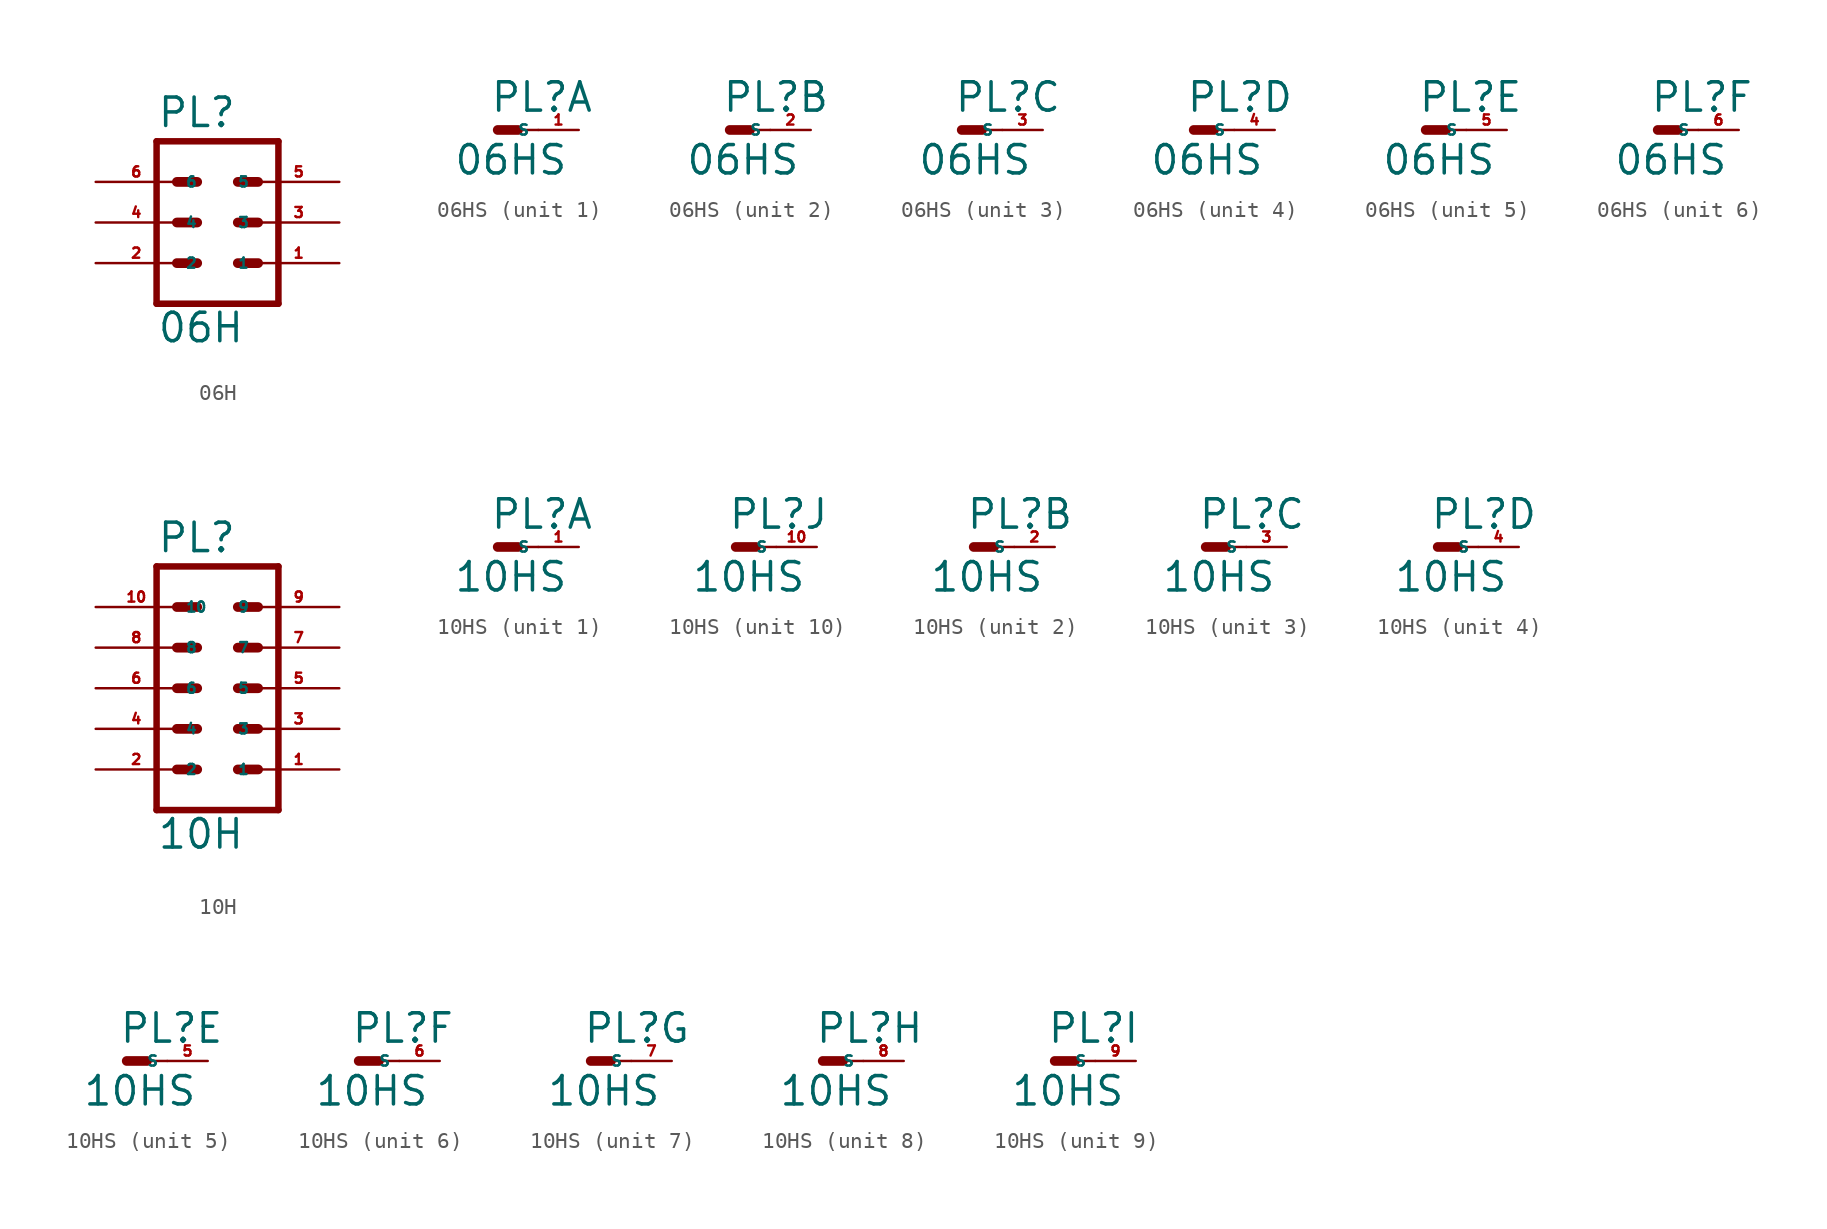
<source format=kicad_sym>
(kicad_symbol_lib
  (version 20220914)
  (generator Eagle2Kicad)
  (symbol "06H"
    (property "Reference" "PL"
      (at -3.81 5.842 0)
      (effects (font (size 1.778 1.778) (thickness 0.22)) (justify left bottom)))
    (property "Value" "06H"
      (at -3.81 -7.62 0)
      (effects (font (size 1.778 1.778) (thickness 0.22)) (justify left bottom)))
    (polyline
      (pts (xy 3.81 -5.08) (xy -3.81 -5.08))
      (stroke (width 0.406) (type default))
      (fill (type none)))
    (polyline
      (pts (xy -3.81 5.08) (xy -3.81 -5.08))
      (stroke (width 0.406) (type default))
      (fill (type none)))
    (polyline
      (pts (xy 3.81 -5.08) (xy 3.81 5.08))
      (stroke (width 0.406) (type default))
      (fill (type none)))
    (polyline
      (pts (xy -3.81 5.08) (xy 3.81 5.08))
      (stroke (width 0.406) (type default))
      (fill (type none)))
    (polyline
      (pts (xy 1.27 2.54) (xy 2.54 2.54))
      (stroke (width 0.61) (type default))
      (fill (type none)))
    (polyline
      (pts (xy 1.27 0) (xy 2.54 0))
      (stroke (width 0.61) (type default))
      (fill (type none)))
    (polyline
      (pts (xy 1.27 -2.54) (xy 2.54 -2.54))
      (stroke (width 0.61) (type default))
      (fill (type none)))
    (polyline
      (pts (xy -2.54 2.54) (xy -1.27 2.54))
      (stroke (width 0.61) (type default))
      (fill (type none)))
    (polyline
      (pts (xy -2.54 0) (xy -1.27 0))
      (stroke (width 0.61) (type default))
      (fill (type none)))
    (polyline
      (pts (xy -2.54 -2.54) (xy -1.27 -2.54))
      (stroke (width 0.61) (type default))
      (fill (type none)))
    (pin passive line
      (at 7.62 -2.54 180)
      (length 5.08)
      (name "1" (effects (font (size 0.635 0.635) (thickness 0.08)) (justify left bottom)))
      (number "1" (effects (font (size 0.635 0.635) (thickness 0.08)) (justify left bottom))))
    (pin passive line
      (at 7.62 0 180)
      (length 5.08)
      (name "3" (effects (font (size 0.635 0.635) (thickness 0.08)) (justify left bottom)))
      (number "3" (effects (font (size 0.635 0.635) (thickness 0.08)) (justify left bottom))))
    (pin passive line
      (at 7.62 2.54 180)
      (length 5.08)
      (name "5" (effects (font (size 0.635 0.635) (thickness 0.08)) (justify left bottom)))
      (number "5" (effects (font (size 0.635 0.635) (thickness 0.08)) (justify left bottom))))
    (pin passive line
      (at -7.62 -2.54 0)
      (length 5.08)
      (name "2" (effects (font (size 0.635 0.635) (thickness 0.08)) (justify left bottom)))
      (number "2" (effects (font (size 0.635 0.635) (thickness 0.08)) (justify left bottom))))
    (pin passive line
      (at -7.62 0 0)
      (length 5.08)
      (name "4" (effects (font (size 0.635 0.635) (thickness 0.08)) (justify left bottom)))
      (number "4" (effects (font (size 0.635 0.635) (thickness 0.08)) (justify left bottom))))
    (pin passive line
      (at -7.62 2.54 0)
      (length 5.08)
      (name "6" (effects (font (size 0.635 0.635) (thickness 0.08)) (justify left bottom)))
      (number "6" (effects (font (size 0.635 0.635) (thickness 0.08)) (justify left bottom)))))
  (symbol "06HS"
    (property "Reference" "PL"
      (at -0.508 1.016 0)
      (effects (font (size 1.778 1.778) (thickness 0.22)) (justify left bottom)))
    (property "Value" "06HS"
      (at -2.794 -2.921 0)
      (effects (font (size 1.778 1.778) (thickness 0.22)) (justify left bottom)))
    (symbol "06HS_1_0"
      (polyline (pts (xy 0 0) (xy 1.27 0)) (stroke (width 0.61) (type default)) (fill (type none)))
      (polyline (pts (xy 2.54 0) (xy 1.27 0)) (stroke (width 0.152) (type default)) (fill (type none)))
      (pin passive line (at 5.08 0 180) (length 2.54) (name "S" (effects (font (size 0.635 0.635) (thickness 0.08)) (justify left bottom))) (number "1" (effects (font (size 0.635 0.635) (thickness 0.08)) (justify left bottom)))))
    (symbol "06HS_2_0"
      (polyline (pts (xy 0 0) (xy 1.27 0)) (stroke (width 0.61) (type default)) (fill (type none)))
      (polyline (pts (xy 2.54 0) (xy 1.27 0)) (stroke (width 0.152) (type default)) (fill (type none)))
      (pin passive line (at 5.08 0 180) (length 2.54) (name "S" (effects (font (size 0.635 0.635) (thickness 0.08)) (justify left bottom))) (number "2" (effects (font (size 0.635 0.635) (thickness 0.08)) (justify left bottom)))))
    (symbol "06HS_3_0"
      (polyline (pts (xy 0 0) (xy 1.27 0)) (stroke (width 0.61) (type default)) (fill (type none)))
      (polyline (pts (xy 2.54 0) (xy 1.27 0)) (stroke (width 0.152) (type default)) (fill (type none)))
      (pin passive line (at 5.08 0 180) (length 2.54) (name "S" (effects (font (size 0.635 0.635) (thickness 0.08)) (justify left bottom))) (number "3" (effects (font (size 0.635 0.635) (thickness 0.08)) (justify left bottom)))))
    (symbol "06HS_4_0"
      (polyline (pts (xy 0 0) (xy 1.27 0)) (stroke (width 0.61) (type default)) (fill (type none)))
      (polyline (pts (xy 2.54 0) (xy 1.27 0)) (stroke (width 0.152) (type default)) (fill (type none)))
      (pin passive line (at 5.08 0 180) (length 2.54) (name "S" (effects (font (size 0.635 0.635) (thickness 0.08)) (justify left bottom))) (number "4" (effects (font (size 0.635 0.635) (thickness 0.08)) (justify left bottom)))))
    (symbol "06HS_5_0"
      (polyline (pts (xy 0 0) (xy 1.27 0)) (stroke (width 0.61) (type default)) (fill (type none)))
      (polyline (pts (xy 2.54 0) (xy 1.27 0)) (stroke (width 0.152) (type default)) (fill (type none)))
      (pin passive line (at 5.08 0 180) (length 2.54) (name "S" (effects (font (size 0.635 0.635) (thickness 0.08)) (justify left bottom))) (number "5" (effects (font (size 0.635 0.635) (thickness 0.08)) (justify left bottom)))))
    (symbol "06HS_6_0"
      (polyline (pts (xy 0 0) (xy 1.27 0)) (stroke (width 0.61) (type default)) (fill (type none)))
      (polyline (pts (xy 2.54 0) (xy 1.27 0)) (stroke (width 0.152) (type default)) (fill (type none)))
      (pin passive line (at 5.08 0 180) (length 2.54) (name "S" (effects (font (size 0.635 0.635) (thickness 0.08)) (justify left bottom))) (number "6" (effects (font (size 0.635 0.635) (thickness 0.08)) (justify left bottom))))))
  (symbol "10H"
    (property "Reference" "PL"
      (at -3.81 8.382 0)
      (effects (font (size 1.778 1.778) (thickness 0.22)) (justify left bottom)))
    (property "Value" "10H"
      (at -3.81 -10.16 0)
      (effects (font (size 1.778 1.778) (thickness 0.22)) (justify left bottom)))
    (polyline
      (pts (xy 3.81 -7.62) (xy -3.81 -7.62))
      (stroke (width 0.406) (type default))
      (fill (type none)))
    (polyline
      (pts (xy -3.81 7.62) (xy -3.81 -7.62))
      (stroke (width 0.406) (type default))
      (fill (type none)))
    (polyline
      (pts (xy 3.81 -7.62) (xy 3.81 7.62))
      (stroke (width 0.406) (type default))
      (fill (type none)))
    (polyline
      (pts (xy -3.81 7.62) (xy 3.81 7.62))
      (stroke (width 0.406) (type default))
      (fill (type none)))
    (polyline
      (pts (xy 1.27 5.08) (xy 2.54 5.08))
      (stroke (width 0.61) (type default))
      (fill (type none)))
    (polyline
      (pts (xy 1.27 2.54) (xy 2.54 2.54))
      (stroke (width 0.61) (type default))
      (fill (type none)))
    (polyline
      (pts (xy 1.27 0) (xy 2.54 0))
      (stroke (width 0.61) (type default))
      (fill (type none)))
    (polyline
      (pts (xy 1.27 -2.54) (xy 2.54 -2.54))
      (stroke (width 0.61) (type default))
      (fill (type none)))
    (polyline
      (pts (xy 1.27 -5.08) (xy 2.54 -5.08))
      (stroke (width 0.61) (type default))
      (fill (type none)))
    (polyline
      (pts (xy -2.54 5.08) (xy -1.27 5.08))
      (stroke (width 0.61) (type default))
      (fill (type none)))
    (polyline
      (pts (xy -2.54 2.54) (xy -1.27 2.54))
      (stroke (width 0.61) (type default))
      (fill (type none)))
    (polyline
      (pts (xy -2.54 0) (xy -1.27 0))
      (stroke (width 0.61) (type default))
      (fill (type none)))
    (polyline
      (pts (xy -2.54 -2.54) (xy -1.27 -2.54))
      (stroke (width 0.61) (type default))
      (fill (type none)))
    (polyline
      (pts (xy -2.54 -5.08) (xy -1.27 -5.08))
      (stroke (width 0.61) (type default))
      (fill (type none)))
    (pin passive line
      (at 7.62 -5.08 180)
      (length 5.08)
      (name "1" (effects (font (size 0.635 0.635) (thickness 0.08)) (justify left bottom)))
      (number "1" (effects (font (size 0.635 0.635) (thickness 0.08)) (justify left bottom))))
    (pin passive line
      (at -7.62 -5.08 0)
      (length 5.08)
      (name "2" (effects (font (size 0.635 0.635) (thickness 0.08)) (justify left bottom)))
      (number "2" (effects (font (size 0.635 0.635) (thickness 0.08)) (justify left bottom))))
    (pin passive line
      (at 7.62 -2.54 180)
      (length 5.08)
      (name "3" (effects (font (size 0.635 0.635) (thickness 0.08)) (justify left bottom)))
      (number "3" (effects (font (size 0.635 0.635) (thickness 0.08)) (justify left bottom))))
    (pin passive line
      (at -7.62 -2.54 0)
      (length 5.08)
      (name "4" (effects (font (size 0.635 0.635) (thickness 0.08)) (justify left bottom)))
      (number "4" (effects (font (size 0.635 0.635) (thickness 0.08)) (justify left bottom))))
    (pin passive line
      (at 7.62 0 180)
      (length 5.08)
      (name "5" (effects (font (size 0.635 0.635) (thickness 0.08)) (justify left bottom)))
      (number "5" (effects (font (size 0.635 0.635) (thickness 0.08)) (justify left bottom))))
    (pin passive line
      (at -7.62 0 0)
      (length 5.08)
      (name "6" (effects (font (size 0.635 0.635) (thickness 0.08)) (justify left bottom)))
      (number "6" (effects (font (size 0.635 0.635) (thickness 0.08)) (justify left bottom))))
    (pin passive line
      (at 7.62 2.54 180)
      (length 5.08)
      (name "7" (effects (font (size 0.635 0.635) (thickness 0.08)) (justify left bottom)))
      (number "7" (effects (font (size 0.635 0.635) (thickness 0.08)) (justify left bottom))))
    (pin passive line
      (at -7.62 2.54 0)
      (length 5.08)
      (name "8" (effects (font (size 0.635 0.635) (thickness 0.08)) (justify left bottom)))
      (number "8" (effects (font (size 0.635 0.635) (thickness 0.08)) (justify left bottom))))
    (pin passive line
      (at 7.62 5.08 180)
      (length 5.08)
      (name "9" (effects (font (size 0.635 0.635) (thickness 0.08)) (justify left bottom)))
      (number "9" (effects (font (size 0.635 0.635) (thickness 0.08)) (justify left bottom))))
    (pin passive line
      (at -7.62 5.08 0)
      (length 5.08)
      (name "10" (effects (font (size 0.635 0.635) (thickness 0.08)) (justify left bottom)))
      (number "10" (effects (font (size 0.635 0.635) (thickness 0.08)) (justify left bottom)))))
  (symbol "10HS"
    (property "Reference" "PL"
      (at -0.508 1.016 0)
      (effects (font (size 1.778 1.778) (thickness 0.22)) (justify left bottom)))
    (property "Value" "10HS"
      (at -2.794 -2.921 0)
      (effects (font (size 1.778 1.778) (thickness 0.22)) (justify left bottom)))
    (symbol "10HS_1_0"
      (polyline (pts (xy 0 0) (xy 1.27 0)) (stroke (width 0.61) (type default)) (fill (type none)))
      (polyline (pts (xy 2.54 0) (xy 1.27 0)) (stroke (width 0.152) (type default)) (fill (type none)))
      (pin passive line (at 5.08 0 180) (length 2.54) (name "S" (effects (font (size 0.635 0.635) (thickness 0.08)) (justify left bottom))) (number "1" (effects (font (size 0.635 0.635) (thickness 0.08)) (justify left bottom)))))
    (symbol "10HS_2_0"
      (polyline (pts (xy 0 0) (xy 1.27 0)) (stroke (width 0.61) (type default)) (fill (type none)))
      (polyline (pts (xy 2.54 0) (xy 1.27 0)) (stroke (width 0.152) (type default)) (fill (type none)))
      (pin passive line (at 5.08 0 180) (length 2.54) (name "S" (effects (font (size 0.635 0.635) (thickness 0.08)) (justify left bottom))) (number "2" (effects (font (size 0.635 0.635) (thickness 0.08)) (justify left bottom)))))
    (symbol "10HS_3_0"
      (polyline (pts (xy 0 0) (xy 1.27 0)) (stroke (width 0.61) (type default)) (fill (type none)))
      (polyline (pts (xy 2.54 0) (xy 1.27 0)) (stroke (width 0.152) (type default)) (fill (type none)))
      (pin passive line (at 5.08 0 180) (length 2.54) (name "S" (effects (font (size 0.635 0.635) (thickness 0.08)) (justify left bottom))) (number "3" (effects (font (size 0.635 0.635) (thickness 0.08)) (justify left bottom)))))
    (symbol "10HS_4_0"
      (polyline (pts (xy 0 0) (xy 1.27 0)) (stroke (width 0.61) (type default)) (fill (type none)))
      (polyline (pts (xy 2.54 0) (xy 1.27 0)) (stroke (width 0.152) (type default)) (fill (type none)))
      (pin passive line (at 5.08 0 180) (length 2.54) (name "S" (effects (font (size 0.635 0.635) (thickness 0.08)) (justify left bottom))) (number "4" (effects (font (size 0.635 0.635) (thickness 0.08)) (justify left bottom)))))
    (symbol "10HS_5_0"
      (polyline (pts (xy 0 0) (xy 1.27 0)) (stroke (width 0.61) (type default)) (fill (type none)))
      (polyline (pts (xy 2.54 0) (xy 1.27 0)) (stroke (width 0.152) (type default)) (fill (type none)))
      (pin passive line (at 5.08 0 180) (length 2.54) (name "S" (effects (font (size 0.635 0.635) (thickness 0.08)) (justify left bottom))) (number "5" (effects (font (size 0.635 0.635) (thickness 0.08)) (justify left bottom)))))
    (symbol "10HS_6_0"
      (polyline (pts (xy 0 0) (xy 1.27 0)) (stroke (width 0.61) (type default)) (fill (type none)))
      (polyline (pts (xy 2.54 0) (xy 1.27 0)) (stroke (width 0.152) (type default)) (fill (type none)))
      (pin passive line (at 5.08 0 180) (length 2.54) (name "S" (effects (font (size 0.635 0.635) (thickness 0.08)) (justify left bottom))) (number "6" (effects (font (size 0.635 0.635) (thickness 0.08)) (justify left bottom)))))
    (symbol "10HS_7_0"
      (polyline (pts (xy 0 0) (xy 1.27 0)) (stroke (width 0.61) (type default)) (fill (type none)))
      (polyline (pts (xy 2.54 0) (xy 1.27 0)) (stroke (width 0.152) (type default)) (fill (type none)))
      (pin passive line (at 5.08 0 180) (length 2.54) (name "S" (effects (font (size 0.635 0.635) (thickness 0.08)) (justify left bottom))) (number "7" (effects (font (size 0.635 0.635) (thickness 0.08)) (justify left bottom)))))
    (symbol "10HS_8_0"
      (polyline (pts (xy 0 0) (xy 1.27 0)) (stroke (width 0.61) (type default)) (fill (type none)))
      (polyline (pts (xy 2.54 0) (xy 1.27 0)) (stroke (width 0.152) (type default)) (fill (type none)))
      (pin passive line (at 5.08 0 180) (length 2.54) (name "S" (effects (font (size 0.635 0.635) (thickness 0.08)) (justify left bottom))) (number "8" (effects (font (size 0.635 0.635) (thickness 0.08)) (justify left bottom)))))
    (symbol "10HS_9_0"
      (polyline (pts (xy 0 0) (xy 1.27 0)) (stroke (width 0.61) (type default)) (fill (type none)))
      (polyline (pts (xy 2.54 0) (xy 1.27 0)) (stroke (width 0.152) (type default)) (fill (type none)))
      (pin passive line (at 5.08 0 180) (length 2.54) (name "S" (effects (font (size 0.635 0.635) (thickness 0.08)) (justify left bottom))) (number "9" (effects (font (size 0.635 0.635) (thickness 0.08)) (justify left bottom)))))
    (symbol "10HS_10_0"
      (polyline (pts (xy 0 0) (xy 1.27 0)) (stroke (width 0.61) (type default)) (fill (type none)))
      (polyline (pts (xy 2.54 0) (xy 1.27 0)) (stroke (width 0.152) (type default)) (fill (type none)))
      (pin passive line (at 5.08 0 180) (length 2.54) (name "S" (effects (font (size 0.635 0.635) (thickness 0.08)) (justify left bottom))) (number "10" (effects (font (size 0.635 0.635) (thickness 0.08)) (justify left bottom)))))))
</source>
